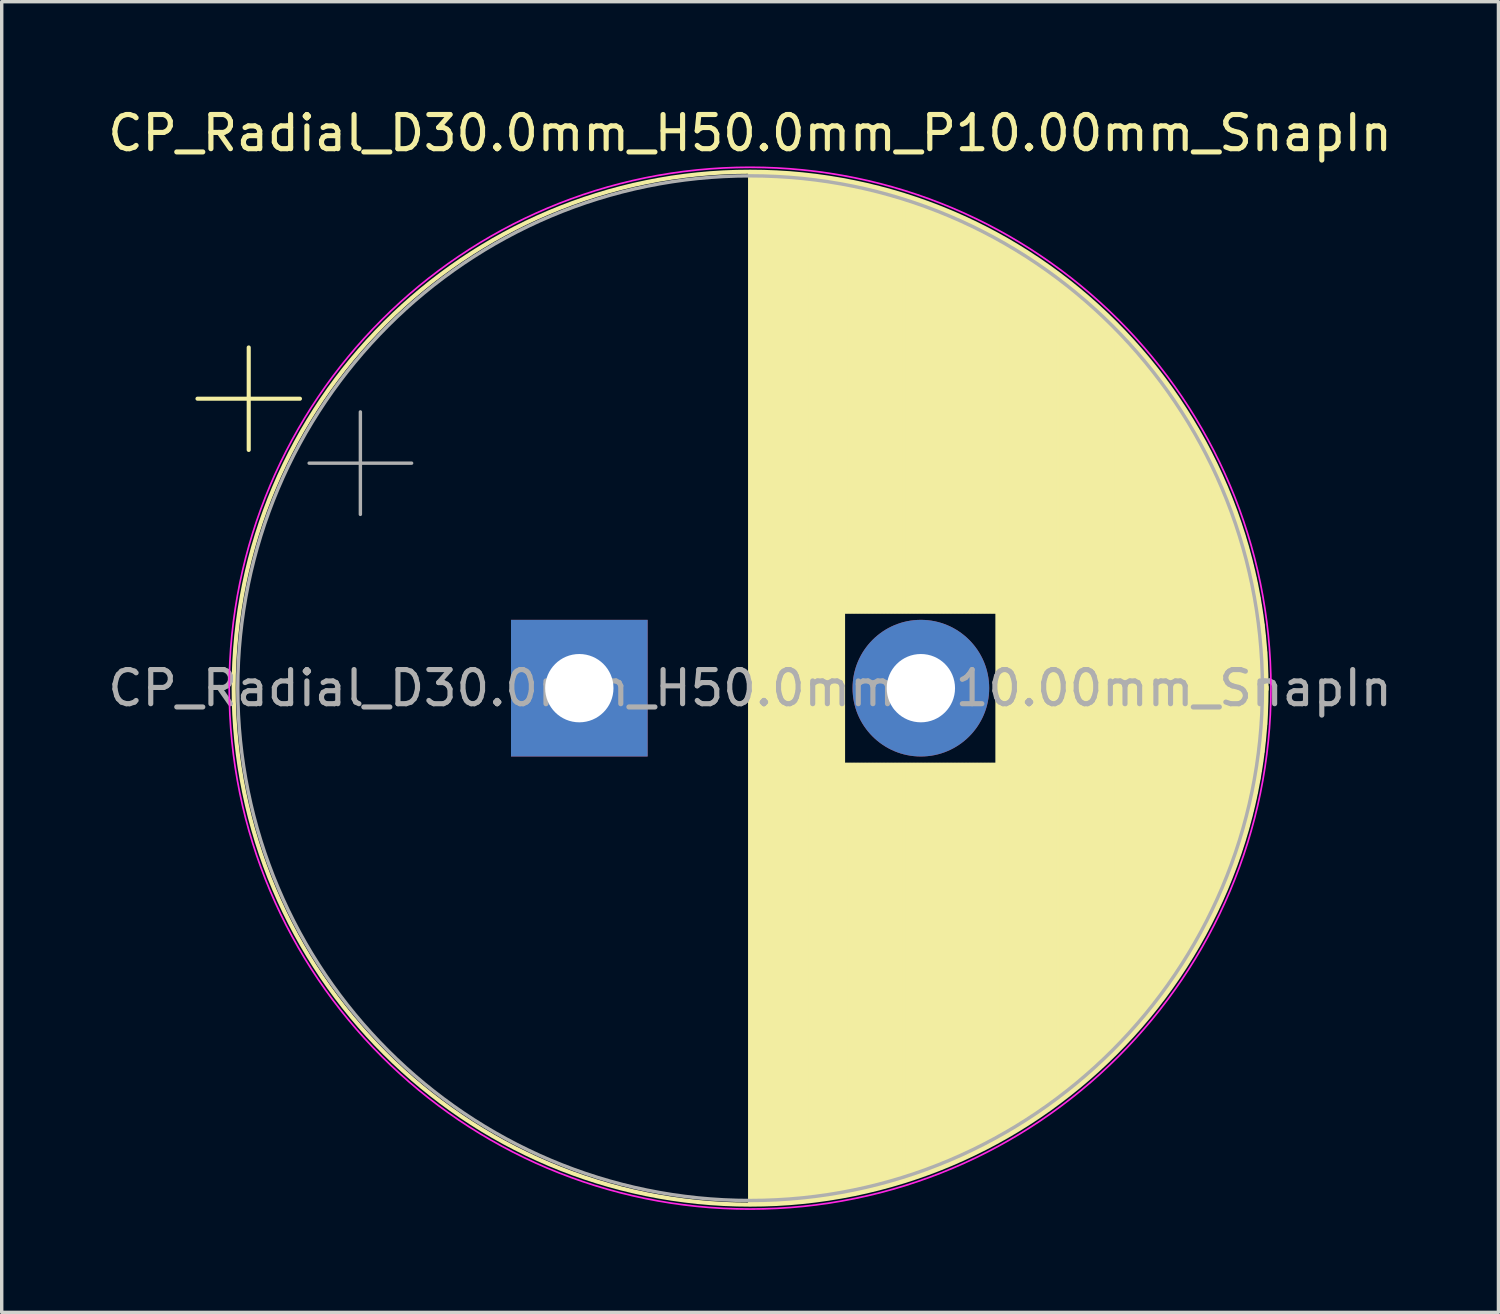
<source format=kicad_pcb>
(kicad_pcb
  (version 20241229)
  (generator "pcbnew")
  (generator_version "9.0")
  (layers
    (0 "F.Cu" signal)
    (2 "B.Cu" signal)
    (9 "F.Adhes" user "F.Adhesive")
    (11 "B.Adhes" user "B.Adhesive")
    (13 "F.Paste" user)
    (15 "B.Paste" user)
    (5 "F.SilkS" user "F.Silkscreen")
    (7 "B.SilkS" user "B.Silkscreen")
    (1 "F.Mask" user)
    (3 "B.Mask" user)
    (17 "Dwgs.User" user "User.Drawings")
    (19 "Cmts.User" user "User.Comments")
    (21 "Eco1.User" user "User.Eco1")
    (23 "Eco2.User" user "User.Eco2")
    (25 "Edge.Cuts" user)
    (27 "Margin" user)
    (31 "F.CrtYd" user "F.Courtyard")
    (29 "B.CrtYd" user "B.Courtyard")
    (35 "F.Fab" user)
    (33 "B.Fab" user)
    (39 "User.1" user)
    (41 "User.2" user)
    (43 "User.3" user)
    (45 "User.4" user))
  (footprint "CP_Radial_D30.0mm_H50.0mm_P10.00mm_SnapIn"
    (layer "F.Cu")
    (at 13.911 17.098)
    (property "Reference" "CP_Radial_D30.0mm_H50.0mm_P10.00mm_SnapIn" (at 5 -16.25 0) (layer "F.SilkS") (effects (font (size 1 1) (thickness 0.15))))
    (attr through_hole)
    (fp_line (start -11.179 -8.475) (end -8.179 -8.475) (stroke (width 0.12) (type solid)) (layer "F.SilkS"))
    (fp_line (start -9.679 -9.975) (end -9.679 -6.975) (stroke (width 0.12) (type solid)) (layer "F.SilkS"))
    (fp_line (start 5 -15.081) (end 5 15.081) (stroke (width 0.12) (type solid)) (layer "F.SilkS"))
    (fp_line (start 5.04 -15.08) (end 5.04 15.08) (stroke (width 0.12) (type solid)) (layer "F.SilkS"))
    (fp_line (start 5.08 -15.08) (end 5.08 15.08) (stroke (width 0.12) (type solid)) (layer "F.SilkS"))
    (fp_line (start 5.12 -15.08) (end 5.12 15.08) (stroke (width 0.12) (type solid)) (layer "F.SilkS"))
    (fp_line (start 5.16 -15.08) (end 5.16 15.08) (stroke (width 0.12) (type solid)) (layer "F.SilkS"))
    (fp_line (start 5.2 -15.079) (end 5.2 15.079) (stroke (width 0.12) (type solid)) (layer "F.SilkS"))
    (fp_line (start 5.24 -15.079) (end 5.24 15.079) (stroke (width 0.12) (type solid)) (layer "F.SilkS"))
    (fp_line (start 5.28 -15.078) (end 5.28 15.078) (stroke (width 0.12) (type solid)) (layer "F.SilkS"))
    (fp_line (start 5.32 -15.077) (end 5.32 15.077) (stroke (width 0.12) (type solid)) (layer "F.SilkS"))
    (fp_line (start 5.36 -15.076) (end 5.36 15.076) (stroke (width 0.12) (type solid)) (layer "F.SilkS"))
    (fp_line (start 5.4 -15.075) (end 5.4 15.075) (stroke (width 0.12) (type solid)) (layer "F.SilkS"))
    (fp_line (start 5.44 -15.074) (end 5.44 15.074) (stroke (width 0.12) (type solid)) (layer "F.SilkS"))
    (fp_line (start 5.48 -15.073) (end 5.48 15.073) (stroke (width 0.12) (type solid)) (layer "F.SilkS"))
    (fp_line (start 5.52 -15.072) (end 5.52 15.072) (stroke (width 0.12) (type solid)) (layer "F.SilkS"))
    (fp_line (start 5.56 -15.07) (end 5.56 15.07) (stroke (width 0.12) (type solid)) (layer "F.SilkS"))
    (fp_line (start 5.6 -15.069) (end 5.6 15.069) (stroke (width 0.12) (type solid)) (layer "F.SilkS"))
    (fp_line (start 5.64 -15.067) (end 5.64 15.067) (stroke (width 0.12) (type solid)) (layer "F.SilkS"))
    (fp_line (start 5.68 -15.065) (end 5.68 15.065) (stroke (width 0.12) (type solid)) (layer "F.SilkS"))
    (fp_line (start 5.721 -15.063) (end 5.721 15.063) (stroke (width 0.12) (type solid)) (layer "F.SilkS"))
    (fp_line (start 5.761 -15.061) (end 5.761 15.061) (stroke (width 0.12) (type solid)) (layer "F.SilkS"))
    (fp_line (start 5.801 -15.059) (end 5.801 15.059) (stroke (width 0.12) (type solid)) (layer "F.SilkS"))
    (fp_line (start 5.841 -15.057) (end 5.841 15.057) (stroke (width 0.12) (type solid)) (layer "F.SilkS"))
    (fp_line (start 5.881 -15.055) (end 5.881 15.055) (stroke (width 0.12) (type solid)) (layer "F.SilkS"))
    (fp_line (start 5.921 -15.052) (end 5.921 15.052) (stroke (width 0.12) (type solid)) (layer "F.SilkS"))
    (fp_line (start 5.961 -15.05) (end 5.961 15.05) (stroke (width 0.12) (type solid)) (layer "F.SilkS"))
    (fp_line (start 6.001 -15.047) (end 6.001 15.047) (stroke (width 0.12) (type solid)) (layer "F.SilkS"))
    (fp_line (start 6.041 -15.045) (end 6.041 15.045) (stroke (width 0.12) (type solid)) (layer "F.SilkS"))
    (fp_line (start 6.081 -15.042) (end 6.081 15.042) (stroke (width 0.12) (type solid)) (layer "F.SilkS"))
    (fp_line (start 6.121 -15.039) (end 6.121 15.039) (stroke (width 0.12) (type solid)) (layer "F.SilkS"))
    (fp_line (start 6.161 -15.036) (end 6.161 15.036) (stroke (width 0.12) (type solid)) (layer "F.SilkS"))
    (fp_line (start 6.201 -15.033) (end 6.201 15.033) (stroke (width 0.12) (type solid)) (layer "F.SilkS"))
    (fp_line (start 6.241 -15.03) (end 6.241 15.03) (stroke (width 0.12) (type solid)) (layer "F.SilkS"))
    (fp_line (start 6.281 -15.026) (end 6.281 15.026) (stroke (width 0.12) (type solid)) (layer "F.SilkS"))
    (fp_line (start 6.321 -15.023) (end 6.321 15.023) (stroke (width 0.12) (type solid)) (layer "F.SilkS"))
    (fp_line (start 6.361 -15.019) (end 6.361 15.019) (stroke (width 0.12) (type solid)) (layer "F.SilkS"))
    (fp_line (start 6.401 -15.016) (end 6.401 15.016) (stroke (width 0.12) (type solid)) (layer "F.SilkS"))
    (fp_line (start 6.441 -15.012) (end 6.441 15.012) (stroke (width 0.12) (type solid)) (layer "F.SilkS"))
    (fp_line (start 6.481 -15.008) (end 6.481 15.008) (stroke (width 0.12) (type solid)) (layer "F.SilkS"))
    (fp_line (start 6.521 -15.004) (end 6.521 15.004) (stroke (width 0.12) (type solid)) (layer "F.SilkS"))
    (fp_line (start 6.561 -15) (end 6.561 15) (stroke (width 0.12) (type solid)) (layer "F.SilkS"))
    (fp_line (start 6.601 -14.996) (end 6.601 14.996) (stroke (width 0.12) (type solid)) (layer "F.SilkS"))
    (fp_line (start 6.641 -14.991) (end 6.641 14.991) (stroke (width 0.12) (type solid)) (layer "F.SilkS"))
    (fp_line (start 6.681 -14.987) (end 6.681 14.987) (stroke (width 0.12) (type solid)) (layer "F.SilkS"))
    (fp_line (start 6.721 -14.982) (end 6.721 14.982) (stroke (width 0.12) (type solid)) (layer "F.SilkS"))
    (fp_line (start 6.761 -14.978) (end 6.761 14.978) (stroke (width 0.12) (type solid)) (layer "F.SilkS"))
    (fp_line (start 6.801 -14.973) (end 6.801 14.973) (stroke (width 0.12) (type solid)) (layer "F.SilkS"))
    (fp_line (start 6.841 -14.968) (end 6.841 14.968) (stroke (width 0.12) (type solid)) (layer "F.SilkS"))
    (fp_line (start 6.881 -14.963) (end 6.881 14.963) (stroke (width 0.12) (type solid)) (layer "F.SilkS"))
    (fp_line (start 6.921 -14.958) (end 6.921 14.958) (stroke (width 0.12) (type solid)) (layer "F.SilkS"))
    (fp_line (start 6.961 -14.953) (end 6.961 14.953) (stroke (width 0.12) (type solid)) (layer "F.SilkS"))
    (fp_line (start 7.001 -14.948) (end 7.001 14.948) (stroke (width 0.12) (type solid)) (layer "F.SilkS"))
    (fp_line (start 7.041 -14.942) (end 7.041 14.942) (stroke (width 0.12) (type solid)) (layer "F.SilkS"))
    (fp_line (start 7.081 -14.937) (end 7.081 14.937) (stroke (width 0.12) (type solid)) (layer "F.SilkS"))
    (fp_line (start 7.121 -14.931) (end 7.121 14.931) (stroke (width 0.12) (type solid)) (layer "F.SilkS"))
    (fp_line (start 7.161 -14.925) (end 7.161 14.925) (stroke (width 0.12) (type solid)) (layer "F.SilkS"))
    (fp_line (start 7.201 -14.92) (end 7.201 14.92) (stroke (width 0.12) (type solid)) (layer "F.SilkS"))
    (fp_line (start 7.241 -14.914) (end 7.241 14.914) (stroke (width 0.12) (type solid)) (layer "F.SilkS"))
    (fp_line (start 7.281 -14.908) (end 7.281 14.908) (stroke (width 0.12) (type solid)) (layer "F.SilkS"))
    (fp_line (start 7.321 -14.901) (end 7.321 14.901) (stroke (width 0.12) (type solid)) (layer "F.SilkS"))
    (fp_line (start 7.361 -14.895) (end 7.361 14.895) (stroke (width 0.12) (type solid)) (layer "F.SilkS"))
    (fp_line (start 7.401 -14.889) (end 7.401 14.889) (stroke (width 0.12) (type solid)) (layer "F.SilkS"))
    (fp_line (start 7.441 -14.882) (end 7.441 14.882) (stroke (width 0.12) (type solid)) (layer "F.SilkS"))
    (fp_line (start 7.481 -14.876) (end 7.481 14.876) (stroke (width 0.12) (type solid)) (layer "F.SilkS"))
    (fp_line (start 7.521 -14.869) (end 7.521 14.869) (stroke (width 0.12) (type solid)) (layer "F.SilkS"))
    (fp_line (start 7.561 -14.862) (end 7.561 14.862) (stroke (width 0.12) (type solid)) (layer "F.SilkS"))
    (fp_line (start 7.601 -14.855) (end 7.601 14.855) (stroke (width 0.12) (type solid)) (layer "F.SilkS"))
    (fp_line (start 7.641 -14.848) (end 7.641 14.848) (stroke (width 0.12) (type solid)) (layer "F.SilkS"))
    (fp_line (start 7.681 -14.841) (end 7.681 14.841) (stroke (width 0.12) (type solid)) (layer "F.SilkS"))
    (fp_line (start 7.721 -14.834) (end 7.721 14.834) (stroke (width 0.12) (type solid)) (layer "F.SilkS"))
    (fp_line (start 7.761 -14.826) (end 7.761 -2.24) (stroke (width 0.12) (type solid)) (layer "F.SilkS"))
    (fp_line (start 7.761 2.24) (end 7.761 14.826) (stroke (width 0.12) (type solid)) (layer "F.SilkS"))
    (fp_line (start 7.801 -14.819) (end 7.801 -2.24) (stroke (width 0.12) (type solid)) (layer "F.SilkS"))
    (fp_line (start 7.801 2.24) (end 7.801 14.819) (stroke (width 0.12) (type solid)) (layer "F.SilkS"))
    (fp_line (start 7.841 -14.811) (end 7.841 -2.24) (stroke (width 0.12) (type solid)) (layer "F.SilkS"))
    (fp_line (start 7.841 2.24) (end 7.841 14.811) (stroke (width 0.12) (type solid)) (layer "F.SilkS"))
    (fp_line (start 7.881 -14.804) (end 7.881 -2.24) (stroke (width 0.12) (type solid)) (layer "F.SilkS"))
    (fp_line (start 7.881 2.24) (end 7.881 14.804) (stroke (width 0.12) (type solid)) (layer "F.SilkS"))
    (fp_line (start 7.921 -14.796) (end 7.921 -2.24) (stroke (width 0.12) (type solid)) (layer "F.SilkS"))
    (fp_line (start 7.921 2.24) (end 7.921 14.796) (stroke (width 0.12) (type solid)) (layer "F.SilkS"))
    (fp_line (start 7.961 -14.788) (end 7.961 -2.24) (stroke (width 0.12) (type solid)) (layer "F.SilkS"))
    (fp_line (start 7.961 2.24) (end 7.961 14.788) (stroke (width 0.12) (type solid)) (layer "F.SilkS"))
    (fp_line (start 8.001 -14.78) (end 8.001 -2.24) (stroke (width 0.12) (type solid)) (layer "F.SilkS"))
    (fp_line (start 8.001 2.24) (end 8.001 14.78) (stroke (width 0.12) (type solid)) (layer "F.SilkS"))
    (fp_line (start 8.041 -14.772) (end 8.041 -2.24) (stroke (width 0.12) (type solid)) (layer "F.SilkS"))
    (fp_line (start 8.041 2.24) (end 8.041 14.772) (stroke (width 0.12) (type solid)) (layer "F.SilkS"))
    (fp_line (start 8.081 -14.763) (end 8.081 -2.24) (stroke (width 0.12) (type solid)) (layer "F.SilkS"))
    (fp_line (start 8.081 2.24) (end 8.081 14.763) (stroke (width 0.12) (type solid)) (layer "F.SilkS"))
    (fp_line (start 8.121 -14.755) (end 8.121 -2.24) (stroke (width 0.12) (type solid)) (layer "F.SilkS"))
    (fp_line (start 8.121 2.24) (end 8.121 14.755) (stroke (width 0.12) (type solid)) (layer "F.SilkS"))
    (fp_line (start 8.161 -14.747) (end 8.161 -2.24) (stroke (width 0.12) (type solid)) (layer "F.SilkS"))
    (fp_line (start 8.161 2.24) (end 8.161 14.747) (stroke (width 0.12) (type solid)) (layer "F.SilkS"))
    (fp_line (start 8.201 -14.738) (end 8.201 -2.24) (stroke (width 0.12) (type solid)) (layer "F.SilkS"))
    (fp_line (start 8.201 2.24) (end 8.201 14.738) (stroke (width 0.12) (type solid)) (layer "F.SilkS"))
    (fp_line (start 8.241 -14.729) (end 8.241 -2.24) (stroke (width 0.12) (type solid)) (layer "F.SilkS"))
    (fp_line (start 8.241 2.24) (end 8.241 14.729) (stroke (width 0.12) (type solid)) (layer "F.SilkS"))
    (fp_line (start 8.281 -14.72) (end 8.281 -2.24) (stroke (width 0.12) (type solid)) (layer "F.SilkS"))
    (fp_line (start 8.281 2.24) (end 8.281 14.72) (stroke (width 0.12) (type solid)) (layer "F.SilkS"))
    (fp_line (start 8.321 -14.711) (end 8.321 -2.24) (stroke (width 0.12) (type solid)) (layer "F.SilkS"))
    (fp_line (start 8.321 2.24) (end 8.321 14.711) (stroke (width 0.12) (type solid)) (layer "F.SilkS"))
    (fp_line (start 8.361 -14.702) (end 8.361 -2.24) (stroke (width 0.12) (type solid)) (layer "F.SilkS"))
    (fp_line (start 8.361 2.24) (end 8.361 14.702) (stroke (width 0.12) (type solid)) (layer "F.SilkS"))
    (fp_line (start 8.401 -14.693) (end 8.401 -2.24) (stroke (width 0.12) (type solid)) (layer "F.SilkS"))
    (fp_line (start 8.401 2.24) (end 8.401 14.693) (stroke (width 0.12) (type solid)) (layer "F.SilkS"))
    (fp_line (start 8.441 -14.684) (end 8.441 -2.24) (stroke (width 0.12) (type solid)) (layer "F.SilkS"))
    (fp_line (start 8.441 2.24) (end 8.441 14.684) (stroke (width 0.12) (type solid)) (layer "F.SilkS"))
    (fp_line (start 8.481 -14.675) (end 8.481 -2.24) (stroke (width 0.12) (type solid)) (layer "F.SilkS"))
    (fp_line (start 8.481 2.24) (end 8.481 14.675) (stroke (width 0.12) (type solid)) (layer "F.SilkS"))
    (fp_line (start 8.521 -14.665) (end 8.521 -2.24) (stroke (width 0.12) (type solid)) (layer "F.SilkS"))
    (fp_line (start 8.521 2.24) (end 8.521 14.665) (stroke (width 0.12) (type solid)) (layer "F.SilkS"))
    (fp_line (start 8.561 -14.655) (end 8.561 -2.24) (stroke (width 0.12) (type solid)) (layer "F.SilkS"))
    (fp_line (start 8.561 2.24) (end 8.561 14.655) (stroke (width 0.12) (type solid)) (layer "F.SilkS"))
    (fp_line (start 8.601 -14.646) (end 8.601 -2.24) (stroke (width 0.12) (type solid)) (layer "F.SilkS"))
    (fp_line (start 8.601 2.24) (end 8.601 14.646) (stroke (width 0.12) (type solid)) (layer "F.SilkS"))
    (fp_line (start 8.641 -14.636) (end 8.641 -2.24) (stroke (width 0.12) (type solid)) (layer "F.SilkS"))
    (fp_line (start 8.641 2.24) (end 8.641 14.636) (stroke (width 0.12) (type solid)) (layer "F.SilkS"))
    (fp_line (start 8.681 -14.626) (end 8.681 -2.24) (stroke (width 0.12) (type solid)) (layer "F.SilkS"))
    (fp_line (start 8.681 2.24) (end 8.681 14.626) (stroke (width 0.12) (type solid)) (layer "F.SilkS"))
    (fp_line (start 8.721 -14.616) (end 8.721 -2.24) (stroke (width 0.12) (type solid)) (layer "F.SilkS"))
    (fp_line (start 8.721 2.24) (end 8.721 14.616) (stroke (width 0.12) (type solid)) (layer "F.SilkS"))
    (fp_line (start 8.761 -14.606) (end 8.761 -2.24) (stroke (width 0.12) (type solid)) (layer "F.SilkS"))
    (fp_line (start 8.761 2.24) (end 8.761 14.606) (stroke (width 0.12) (type solid)) (layer "F.SilkS"))
    (fp_line (start 8.801 -14.595) (end 8.801 -2.24) (stroke (width 0.12) (type solid)) (layer "F.SilkS"))
    (fp_line (start 8.801 2.24) (end 8.801 14.595) (stroke (width 0.12) (type solid)) (layer "F.SilkS"))
    (fp_line (start 8.841 -14.585) (end 8.841 -2.24) (stroke (width 0.12) (type solid)) (layer "F.SilkS"))
    (fp_line (start 8.841 2.24) (end 8.841 14.585) (stroke (width 0.12) (type solid)) (layer "F.SilkS"))
    (fp_line (start 8.881 -14.574) (end 8.881 -2.24) (stroke (width 0.12) (type solid)) (layer "F.SilkS"))
    (fp_line (start 8.881 2.24) (end 8.881 14.574) (stroke (width 0.12) (type solid)) (layer "F.SilkS"))
    (fp_line (start 8.921 -14.564) (end 8.921 -2.24) (stroke (width 0.12) (type solid)) (layer "F.SilkS"))
    (fp_line (start 8.921 2.24) (end 8.921 14.564) (stroke (width 0.12) (type solid)) (layer "F.SilkS"))
    (fp_line (start 8.961 -14.553) (end 8.961 -2.24) (stroke (width 0.12) (type solid)) (layer "F.SilkS"))
    (fp_line (start 8.961 2.24) (end 8.961 14.553) (stroke (width 0.12) (type solid)) (layer "F.SilkS"))
    (fp_line (start 9.001 -14.542) (end 9.001 -2.24) (stroke (width 0.12) (type solid)) (layer "F.SilkS"))
    (fp_line (start 9.001 2.24) (end 9.001 14.542) (stroke (width 0.12) (type solid)) (layer "F.SilkS"))
    (fp_line (start 9.041 -14.531) (end 9.041 -2.24) (stroke (width 0.12) (type solid)) (layer "F.SilkS"))
    (fp_line (start 9.041 2.24) (end 9.041 14.531) (stroke (width 0.12) (type solid)) (layer "F.SilkS"))
    (fp_line (start 9.081 -14.52) (end 9.081 -2.24) (stroke (width 0.12) (type solid)) (layer "F.SilkS"))
    (fp_line (start 9.081 2.24) (end 9.081 14.52) (stroke (width 0.12) (type solid)) (layer "F.SilkS"))
    (fp_line (start 9.121 -14.508) (end 9.121 -2.24) (stroke (width 0.12) (type solid)) (layer "F.SilkS"))
    (fp_line (start 9.121 2.24) (end 9.121 14.508) (stroke (width 0.12) (type solid)) (layer "F.SilkS"))
    (fp_line (start 9.161 -14.497) (end 9.161 -2.24) (stroke (width 0.12) (type solid)) (layer "F.SilkS"))
    (fp_line (start 9.161 2.24) (end 9.161 14.497) (stroke (width 0.12) (type solid)) (layer "F.SilkS"))
    (fp_line (start 9.201 -14.485) (end 9.201 -2.24) (stroke (width 0.12) (type solid)) (layer "F.SilkS"))
    (fp_line (start 9.201 2.24) (end 9.201 14.485) (stroke (width 0.12) (type solid)) (layer "F.SilkS"))
    (fp_line (start 9.241 -14.474) (end 9.241 -2.24) (stroke (width 0.12) (type solid)) (layer "F.SilkS"))
    (fp_line (start 9.241 2.24) (end 9.241 14.474) (stroke (width 0.12) (type solid)) (layer "F.SilkS"))
    (fp_line (start 9.281 -14.462) (end 9.281 -2.24) (stroke (width 0.12) (type solid)) (layer "F.SilkS"))
    (fp_line (start 9.281 2.24) (end 9.281 14.462) (stroke (width 0.12) (type solid)) (layer "F.SilkS"))
    (fp_line (start 9.321 -14.45) (end 9.321 -2.24) (stroke (width 0.12) (type solid)) (layer "F.SilkS"))
    (fp_line (start 9.321 2.24) (end 9.321 14.45) (stroke (width 0.12) (type solid)) (layer "F.SilkS"))
    (fp_line (start 9.361 -14.438) (end 9.361 -2.24) (stroke (width 0.12) (type solid)) (layer "F.SilkS"))
    (fp_line (start 9.361 2.24) (end 9.361 14.438) (stroke (width 0.12) (type solid)) (layer "F.SilkS"))
    (fp_line (start 9.401 -14.426) (end 9.401 -2.24) (stroke (width 0.12) (type solid)) (layer "F.SilkS"))
    (fp_line (start 9.401 2.24) (end 9.401 14.426) (stroke (width 0.12) (type solid)) (layer "F.SilkS"))
    (fp_line (start 9.441 -14.414) (end 9.441 -2.24) (stroke (width 0.12) (type solid)) (layer "F.SilkS"))
    (fp_line (start 9.441 2.24) (end 9.441 14.414) (stroke (width 0.12) (type solid)) (layer "F.SilkS"))
    (fp_line (start 9.481 -14.402) (end 9.481 -2.24) (stroke (width 0.12) (type solid)) (layer "F.SilkS"))
    (fp_line (start 9.481 2.24) (end 9.481 14.402) (stroke (width 0.12) (type solid)) (layer "F.SilkS"))
    (fp_line (start 9.521 -14.389) (end 9.521 -2.24) (stroke (width 0.12) (type solid)) (layer "F.SilkS"))
    (fp_line (start 9.521 2.24) (end 9.521 14.389) (stroke (width 0.12) (type solid)) (layer "F.SilkS"))
    (fp_line (start 9.561 -14.376) (end 9.561 -2.24) (stroke (width 0.12) (type solid)) (layer "F.SilkS"))
    (fp_line (start 9.561 2.24) (end 9.561 14.376) (stroke (width 0.12) (type solid)) (layer "F.SilkS"))
    (fp_line (start 9.601 -14.364) (end 9.601 -2.24) (stroke (width 0.12) (type solid)) (layer "F.SilkS"))
    (fp_line (start 9.601 2.24) (end 9.601 14.364) (stroke (width 0.12) (type solid)) (layer "F.SilkS"))
    (fp_line (start 9.641 -14.351) (end 9.641 -2.24) (stroke (width 0.12) (type solid)) (layer "F.SilkS"))
    (fp_line (start 9.641 2.24) (end 9.641 14.351) (stroke (width 0.12) (type solid)) (layer "F.SilkS"))
    (fp_line (start 9.681 -14.338) (end 9.681 -2.24) (stroke (width 0.12) (type solid)) (layer "F.SilkS"))
    (fp_line (start 9.681 2.24) (end 9.681 14.338) (stroke (width 0.12) (type solid)) (layer "F.SilkS"))
    (fp_line (start 9.721 -14.325) (end 9.721 -2.24) (stroke (width 0.12) (type solid)) (layer "F.SilkS"))
    (fp_line (start 9.721 2.24) (end 9.721 14.325) (stroke (width 0.12) (type solid)) (layer "F.SilkS"))
    (fp_line (start 9.761 -14.312) (end 9.761 -2.24) (stroke (width 0.12) (type solid)) (layer "F.SilkS"))
    (fp_line (start 9.761 2.24) (end 9.761 14.312) (stroke (width 0.12) (type solid)) (layer "F.SilkS"))
    (fp_line (start 9.801 -14.298) (end 9.801 -2.24) (stroke (width 0.12) (type solid)) (layer "F.SilkS"))
    (fp_line (start 9.801 2.24) (end 9.801 14.298) (stroke (width 0.12) (type solid)) (layer "F.SilkS"))
    (fp_line (start 9.841 -14.285) (end 9.841 -2.24) (stroke (width 0.12) (type solid)) (layer "F.SilkS"))
    (fp_line (start 9.841 2.24) (end 9.841 14.285) (stroke (width 0.12) (type solid)) (layer "F.SilkS"))
    (fp_line (start 9.881 -14.271) (end 9.881 -2.24) (stroke (width 0.12) (type solid)) (layer "F.SilkS"))
    (fp_line (start 9.881 2.24) (end 9.881 14.271) (stroke (width 0.12) (type solid)) (layer "F.SilkS"))
    (fp_line (start 9.921 -14.258) (end 9.921 -2.24) (stroke (width 0.12) (type solid)) (layer "F.SilkS"))
    (fp_line (start 9.921 2.24) (end 9.921 14.258) (stroke (width 0.12) (type solid)) (layer "F.SilkS"))
    (fp_line (start 9.961 -14.244) (end 9.961 -2.24) (stroke (width 0.12) (type solid)) (layer "F.SilkS"))
    (fp_line (start 9.961 2.24) (end 9.961 14.244) (stroke (width 0.12) (type solid)) (layer "F.SilkS"))
    (fp_line (start 10.001 -14.23) (end 10.001 -2.24) (stroke (width 0.12) (type solid)) (layer "F.SilkS"))
    (fp_line (start 10.001 2.24) (end 10.001 14.23) (stroke (width 0.12) (type solid)) (layer "F.SilkS"))
    (fp_line (start 10.041 -14.216) (end 10.041 -2.24) (stroke (width 0.12) (type solid)) (layer "F.SilkS"))
    (fp_line (start 10.041 2.24) (end 10.041 14.216) (stroke (width 0.12) (type solid)) (layer "F.SilkS"))
    (fp_line (start 10.081 -14.202) (end 10.081 -2.24) (stroke (width 0.12) (type solid)) (layer "F.SilkS"))
    (fp_line (start 10.081 2.24) (end 10.081 14.202) (stroke (width 0.12) (type solid)) (layer "F.SilkS"))
    (fp_line (start 10.121 -14.187) (end 10.121 -2.24) (stroke (width 0.12) (type solid)) (layer "F.SilkS"))
    (fp_line (start 10.121 2.24) (end 10.121 14.187) (stroke (width 0.12) (type solid)) (layer "F.SilkS"))
    (fp_line (start 10.161 -14.173) (end 10.161 -2.24) (stroke (width 0.12) (type solid)) (layer "F.SilkS"))
    (fp_line (start 10.161 2.24) (end 10.161 14.173) (stroke (width 0.12) (type solid)) (layer "F.SilkS"))
    (fp_line (start 10.201 -14.158) (end 10.201 -2.24) (stroke (width 0.12) (type solid)) (layer "F.SilkS"))
    (fp_line (start 10.201 2.24) (end 10.201 14.158) (stroke (width 0.12) (type solid)) (layer "F.SilkS"))
    (fp_line (start 10.241 -14.143) (end 10.241 -2.24) (stroke (width 0.12) (type solid)) (layer "F.SilkS"))
    (fp_line (start 10.241 2.24) (end 10.241 14.143) (stroke (width 0.12) (type solid)) (layer "F.SilkS"))
    (fp_line (start 10.281 -14.129) (end 10.281 -2.24) (stroke (width 0.12) (type solid)) (layer "F.SilkS"))
    (fp_line (start 10.281 2.24) (end 10.281 14.129) (stroke (width 0.12) (type solid)) (layer "F.SilkS"))
    (fp_line (start 10.321 -14.114) (end 10.321 -2.24) (stroke (width 0.12) (type solid)) (layer "F.SilkS"))
    (fp_line (start 10.321 2.24) (end 10.321 14.114) (stroke (width 0.12) (type solid)) (layer "F.SilkS"))
    (fp_line (start 10.361 -14.099) (end 10.361 -2.24) (stroke (width 0.12) (type solid)) (layer "F.SilkS"))
    (fp_line (start 10.361 2.24) (end 10.361 14.099) (stroke (width 0.12) (type solid)) (layer "F.SilkS"))
    (fp_line (start 10.401 -14.083) (end 10.401 -2.24) (stroke (width 0.12) (type solid)) (layer "F.SilkS"))
    (fp_line (start 10.401 2.24) (end 10.401 14.083) (stroke (width 0.12) (type solid)) (layer "F.SilkS"))
    (fp_line (start 10.441 -14.068) (end 10.441 -2.24) (stroke (width 0.12) (type solid)) (layer "F.SilkS"))
    (fp_line (start 10.441 2.24) (end 10.441 14.068) (stroke (width 0.12) (type solid)) (layer "F.SilkS"))
    (fp_line (start 10.481 -14.052) (end 10.481 -2.24) (stroke (width 0.12) (type solid)) (layer "F.SilkS"))
    (fp_line (start 10.481 2.24) (end 10.481 14.052) (stroke (width 0.12) (type solid)) (layer "F.SilkS"))
    (fp_line (start 10.521 -14.037) (end 10.521 -2.24) (stroke (width 0.12) (type solid)) (layer "F.SilkS"))
    (fp_line (start 10.521 2.24) (end 10.521 14.037) (stroke (width 0.12) (type solid)) (layer "F.SilkS"))
    (fp_line (start 10.561 -14.021) (end 10.561 -2.24) (stroke (width 0.12) (type solid)) (layer "F.SilkS"))
    (fp_line (start 10.561 2.24) (end 10.561 14.021) (stroke (width 0.12) (type solid)) (layer "F.SilkS"))
    (fp_line (start 10.601 -14.005) (end 10.601 -2.24) (stroke (width 0.12) (type solid)) (layer "F.SilkS"))
    (fp_line (start 10.601 2.24) (end 10.601 14.005) (stroke (width 0.12) (type solid)) (layer "F.SilkS"))
    (fp_line (start 10.641 -13.989) (end 10.641 -2.24) (stroke (width 0.12) (type solid)) (layer "F.SilkS"))
    (fp_line (start 10.641 2.24) (end 10.641 13.989) (stroke (width 0.12) (type solid)) (layer "F.SilkS"))
    (fp_line (start 10.681 -13.973) (end 10.681 -2.24) (stroke (width 0.12) (type solid)) (layer "F.SilkS"))
    (fp_line (start 10.681 2.24) (end 10.681 13.973) (stroke (width 0.12) (type solid)) (layer "F.SilkS"))
    (fp_line (start 10.721 -13.957) (end 10.721 -2.24) (stroke (width 0.12) (type solid)) (layer "F.SilkS"))
    (fp_line (start 10.721 2.24) (end 10.721 13.957) (stroke (width 0.12) (type solid)) (layer "F.SilkS"))
    (fp_line (start 10.761 -13.94) (end 10.761 -2.24) (stroke (width 0.12) (type solid)) (layer "F.SilkS"))
    (fp_line (start 10.761 2.24) (end 10.761 13.94) (stroke (width 0.12) (type solid)) (layer "F.SilkS"))
    (fp_line (start 10.801 -13.924) (end 10.801 -2.24) (stroke (width 0.12) (type solid)) (layer "F.SilkS"))
    (fp_line (start 10.801 2.24) (end 10.801 13.924) (stroke (width 0.12) (type solid)) (layer "F.SilkS"))
    (fp_line (start 10.841 -13.907) (end 10.841 -2.24) (stroke (width 0.12) (type solid)) (layer "F.SilkS"))
    (fp_line (start 10.841 2.24) (end 10.841 13.907) (stroke (width 0.12) (type solid)) (layer "F.SilkS"))
    (fp_line (start 10.881 -13.89) (end 10.881 -2.24) (stroke (width 0.12) (type solid)) (layer "F.SilkS"))
    (fp_line (start 10.881 2.24) (end 10.881 13.89) (stroke (width 0.12) (type solid)) (layer "F.SilkS"))
    (fp_line (start 10.921 -13.873) (end 10.921 -2.24) (stroke (width 0.12) (type solid)) (layer "F.SilkS"))
    (fp_line (start 10.921 2.24) (end 10.921 13.873) (stroke (width 0.12) (type solid)) (layer "F.SilkS"))
    (fp_line (start 10.961 -13.856) (end 10.961 -2.24) (stroke (width 0.12) (type solid)) (layer "F.SilkS"))
    (fp_line (start 10.961 2.24) (end 10.961 13.856) (stroke (width 0.12) (type solid)) (layer "F.SilkS"))
    (fp_line (start 11.001 -13.839) (end 11.001 -2.24) (stroke (width 0.12) (type solid)) (layer "F.SilkS"))
    (fp_line (start 11.001 2.24) (end 11.001 13.839) (stroke (width 0.12) (type solid)) (layer "F.SilkS"))
    (fp_line (start 11.041 -13.822) (end 11.041 -2.24) (stroke (width 0.12) (type solid)) (layer "F.SilkS"))
    (fp_line (start 11.041 2.24) (end 11.041 13.822) (stroke (width 0.12) (type solid)) (layer "F.SilkS"))
    (fp_line (start 11.081 -13.804) (end 11.081 -2.24) (stroke (width 0.12) (type solid)) (layer "F.SilkS"))
    (fp_line (start 11.081 2.24) (end 11.081 13.804) (stroke (width 0.12) (type solid)) (layer "F.SilkS"))
    (fp_line (start 11.121 -13.787) (end 11.121 -2.24) (stroke (width 0.12) (type solid)) (layer "F.SilkS"))
    (fp_line (start 11.121 2.24) (end 11.121 13.787) (stroke (width 0.12) (type solid)) (layer "F.SilkS"))
    (fp_line (start 11.161 -13.769) (end 11.161 -2.24) (stroke (width 0.12) (type solid)) (layer "F.SilkS"))
    (fp_line (start 11.161 2.24) (end 11.161 13.769) (stroke (width 0.12) (type solid)) (layer "F.SilkS"))
    (fp_line (start 11.201 -13.751) (end 11.201 -2.24) (stroke (width 0.12) (type solid)) (layer "F.SilkS"))
    (fp_line (start 11.201 2.24) (end 11.201 13.751) (stroke (width 0.12) (type solid)) (layer "F.SilkS"))
    (fp_line (start 11.241 -13.733) (end 11.241 -2.24) (stroke (width 0.12) (type solid)) (layer "F.SilkS"))
    (fp_line (start 11.241 2.24) (end 11.241 13.733) (stroke (width 0.12) (type solid)) (layer "F.SilkS"))
    (fp_line (start 11.281 -13.715) (end 11.281 -2.24) (stroke (width 0.12) (type solid)) (layer "F.SilkS"))
    (fp_line (start 11.281 2.24) (end 11.281 13.715) (stroke (width 0.12) (type solid)) (layer "F.SilkS"))
    (fp_line (start 11.321 -13.696) (end 11.321 -2.24) (stroke (width 0.12) (type solid)) (layer "F.SilkS"))
    (fp_line (start 11.321 2.24) (end 11.321 13.696) (stroke (width 0.12) (type solid)) (layer "F.SilkS"))
    (fp_line (start 11.361 -13.678) (end 11.361 -2.24) (stroke (width 0.12) (type solid)) (layer "F.SilkS"))
    (fp_line (start 11.361 2.24) (end 11.361 13.678) (stroke (width 0.12) (type solid)) (layer "F.SilkS"))
    (fp_line (start 11.401 -13.659) (end 11.401 -2.24) (stroke (width 0.12) (type solid)) (layer "F.SilkS"))
    (fp_line (start 11.401 2.24) (end 11.401 13.659) (stroke (width 0.12) (type solid)) (layer "F.SilkS"))
    (fp_line (start 11.441 -13.64) (end 11.441 -2.24) (stroke (width 0.12) (type solid)) (layer "F.SilkS"))
    (fp_line (start 11.441 2.24) (end 11.441 13.64) (stroke (width 0.12) (type solid)) (layer "F.SilkS"))
    (fp_line (start 11.481 -13.622) (end 11.481 -2.24) (stroke (width 0.12) (type solid)) (layer "F.SilkS"))
    (fp_line (start 11.481 2.24) (end 11.481 13.622) (stroke (width 0.12) (type solid)) (layer "F.SilkS"))
    (fp_line (start 11.521 -13.602) (end 11.521 -2.24) (stroke (width 0.12) (type solid)) (layer "F.SilkS"))
    (fp_line (start 11.521 2.24) (end 11.521 13.602) (stroke (width 0.12) (type solid)) (layer "F.SilkS"))
    (fp_line (start 11.561 -13.583) (end 11.561 -2.24) (stroke (width 0.12) (type solid)) (layer "F.SilkS"))
    (fp_line (start 11.561 2.24) (end 11.561 13.583) (stroke (width 0.12) (type solid)) (layer "F.SilkS"))
    (fp_line (start 11.601 -13.564) (end 11.601 -2.24) (stroke (width 0.12) (type solid)) (layer "F.SilkS"))
    (fp_line (start 11.601 2.24) (end 11.601 13.564) (stroke (width 0.12) (type solid)) (layer "F.SilkS"))
    (fp_line (start 11.641 -13.544) (end 11.641 -2.24) (stroke (width 0.12) (type solid)) (layer "F.SilkS"))
    (fp_line (start 11.641 2.24) (end 11.641 13.544) (stroke (width 0.12) (type solid)) (layer "F.SilkS"))
    (fp_line (start 11.681 -13.525) (end 11.681 -2.24) (stroke (width 0.12) (type solid)) (layer "F.SilkS"))
    (fp_line (start 11.681 2.24) (end 11.681 13.525) (stroke (width 0.12) (type solid)) (layer "F.SilkS"))
    (fp_line (start 11.721 -13.505) (end 11.721 -2.24) (stroke (width 0.12) (type solid)) (layer "F.SilkS"))
    (fp_line (start 11.721 2.24) (end 11.721 13.505) (stroke (width 0.12) (type solid)) (layer "F.SilkS"))
    (fp_line (start 11.761 -13.485) (end 11.761 -2.24) (stroke (width 0.12) (type solid)) (layer "F.SilkS"))
    (fp_line (start 11.761 2.24) (end 11.761 13.485) (stroke (width 0.12) (type solid)) (layer "F.SilkS"))
    (fp_line (start 11.801 -13.465) (end 11.801 -2.24) (stroke (width 0.12) (type solid)) (layer "F.SilkS"))
    (fp_line (start 11.801 2.24) (end 11.801 13.465) (stroke (width 0.12) (type solid)) (layer "F.SilkS"))
    (fp_line (start 11.841 -13.445) (end 11.841 -2.24) (stroke (width 0.12) (type solid)) (layer "F.SilkS"))
    (fp_line (start 11.841 2.24) (end 11.841 13.445) (stroke (width 0.12) (type solid)) (layer "F.SilkS"))
    (fp_line (start 11.881 -13.425) (end 11.881 -2.24) (stroke (width 0.12) (type solid)) (layer "F.SilkS"))
    (fp_line (start 11.881 2.24) (end 11.881 13.425) (stroke (width 0.12) (type solid)) (layer "F.SilkS"))
    (fp_line (start 11.921 -13.404) (end 11.921 -2.24) (stroke (width 0.12) (type solid)) (layer "F.SilkS"))
    (fp_line (start 11.921 2.24) (end 11.921 13.404) (stroke (width 0.12) (type solid)) (layer "F.SilkS"))
    (fp_line (start 11.961 -13.383) (end 11.961 -2.24) (stroke (width 0.12) (type solid)) (layer "F.SilkS"))
    (fp_line (start 11.961 2.24) (end 11.961 13.383) (stroke (width 0.12) (type solid)) (layer "F.SilkS"))
    (fp_line (start 12.001 -13.363) (end 12.001 -2.24) (stroke (width 0.12) (type solid)) (layer "F.SilkS"))
    (fp_line (start 12.001 2.24) (end 12.001 13.363) (stroke (width 0.12) (type solid)) (layer "F.SilkS"))
    (fp_line (start 12.041 -13.342) (end 12.041 -2.24) (stroke (width 0.12) (type solid)) (layer "F.SilkS"))
    (fp_line (start 12.041 2.24) (end 12.041 13.342) (stroke (width 0.12) (type solid)) (layer "F.SilkS"))
    (fp_line (start 12.081 -13.32) (end 12.081 -2.24) (stroke (width 0.12) (type solid)) (layer "F.SilkS"))
    (fp_line (start 12.081 2.24) (end 12.081 13.32) (stroke (width 0.12) (type solid)) (layer "F.SilkS"))
    (fp_line (start 12.121 -13.299) (end 12.121 -2.24) (stroke (width 0.12) (type solid)) (layer "F.SilkS"))
    (fp_line (start 12.121 2.24) (end 12.121 13.299) (stroke (width 0.12) (type solid)) (layer "F.SilkS"))
    (fp_line (start 12.161 -13.278) (end 12.161 -2.24) (stroke (width 0.12) (type solid)) (layer "F.SilkS"))
    (fp_line (start 12.161 2.24) (end 12.161 13.278) (stroke (width 0.12) (type solid)) (layer "F.SilkS"))
    (fp_line (start 12.201 -13.256) (end 12.201 -2.24) (stroke (width 0.12) (type solid)) (layer "F.SilkS"))
    (fp_line (start 12.201 2.24) (end 12.201 13.256) (stroke (width 0.12) (type solid)) (layer "F.SilkS"))
    (fp_line (start 12.241 -13.234) (end 12.241 13.234) (stroke (width 0.12) (type solid)) (layer "F.SilkS"))
    (fp_line (start 12.281 -13.213) (end 12.281 13.213) (stroke (width 0.12) (type solid)) (layer "F.SilkS"))
    (fp_line (start 12.321 -13.19) (end 12.321 13.19) (stroke (width 0.12) (type solid)) (layer "F.SilkS"))
    (fp_line (start 12.361 -13.168) (end 12.361 13.168) (stroke (width 0.12) (type solid)) (layer "F.SilkS"))
    (fp_line (start 12.401 -13.146) (end 12.401 13.146) (stroke (width 0.12) (type solid)) (layer "F.SilkS"))
    (fp_line (start 12.441 -13.123) (end 12.441 13.123) (stroke (width 0.12) (type solid)) (layer "F.SilkS"))
    (fp_line (start 12.481 -13.101) (end 12.481 13.101) (stroke (width 0.12) (type solid)) (layer "F.SilkS"))
    (fp_line (start 12.521 -13.078) (end 12.521 13.078) (stroke (width 0.12) (type solid)) (layer "F.SilkS"))
    (fp_line (start 12.561 -13.055) (end 12.561 13.055) (stroke (width 0.12) (type solid)) (layer "F.SilkS"))
    (fp_line (start 12.601 -13.032) (end 12.601 13.032) (stroke (width 0.12) (type solid)) (layer "F.SilkS"))
    (fp_line (start 12.641 -13.008) (end 12.641 13.008) (stroke (width 0.12) (type solid)) (layer "F.SilkS"))
    (fp_line (start 12.681 -12.985) (end 12.681 12.985) (stroke (width 0.12) (type solid)) (layer "F.SilkS"))
    (fp_line (start 12.721 -12.961) (end 12.721 12.961) (stroke (width 0.12) (type solid)) (layer "F.SilkS"))
    (fp_line (start 12.761 -12.937) (end 12.761 12.937) (stroke (width 0.12) (type solid)) (layer "F.SilkS"))
    (fp_line (start 12.801 -12.913) (end 12.801 12.913) (stroke (width 0.12) (type solid)) (layer "F.SilkS"))
    (fp_line (start 12.841 -12.889) (end 12.841 12.889) (stroke (width 0.12) (type solid)) (layer "F.SilkS"))
    (fp_line (start 12.881 -12.865) (end 12.881 12.865) (stroke (width 0.12) (type solid)) (layer "F.SilkS"))
    (fp_line (start 12.921 -12.84) (end 12.921 12.84) (stroke (width 0.12) (type solid)) (layer "F.SilkS"))
    (fp_line (start 12.961 -12.816) (end 12.961 12.816) (stroke (width 0.12) (type solid)) (layer "F.SilkS"))
    (fp_line (start 13.001 -12.791) (end 13.001 12.791) (stroke (width 0.12) (type solid)) (layer "F.SilkS"))
    (fp_line (start 13.041 -12.766) (end 13.041 12.766) (stroke (width 0.12) (type solid)) (layer "F.SilkS"))
    (fp_line (start 13.081 -12.74) (end 13.081 12.74) (stroke (width 0.12) (type solid)) (layer "F.SilkS"))
    (fp_line (start 13.121 -12.715) (end 13.121 12.715) (stroke (width 0.12) (type solid)) (layer "F.SilkS"))
    (fp_line (start 13.161 -12.69) (end 13.161 12.69) (stroke (width 0.12) (type solid)) (layer "F.SilkS"))
    (fp_line (start 13.2 -12.664) (end 13.2 12.664) (stroke (width 0.12) (type solid)) (layer "F.SilkS"))
    (fp_line (start 13.24 -12.638) (end 13.24 12.638) (stroke (width 0.12) (type solid)) (layer "F.SilkS"))
    (fp_line (start 13.28 -12.612) (end 13.28 12.612) (stroke (width 0.12) (type solid)) (layer "F.SilkS"))
    (fp_line (start 13.32 -12.586) (end 13.32 12.586) (stroke (width 0.12) (type solid)) (layer "F.SilkS"))
    (fp_line (start 13.36 -12.559) (end 13.36 12.559) (stroke (width 0.12) (type solid)) (layer "F.SilkS"))
    (fp_line (start 13.4 -12.532) (end 13.4 12.532) (stroke (width 0.12) (type solid)) (layer "F.SilkS"))
    (fp_line (start 13.44 -12.506) (end 13.44 12.506) (stroke (width 0.12) (type solid)) (layer "F.SilkS"))
    (fp_line (start 13.48 -12.479) (end 13.48 12.479) (stroke (width 0.12) (type solid)) (layer "F.SilkS"))
    (fp_line (start 13.52 -12.451) (end 13.52 12.451) (stroke (width 0.12) (type solid)) (layer "F.SilkS"))
    (fp_line (start 13.56 -12.424) (end 13.56 12.424) (stroke (width 0.12) (type solid)) (layer "F.SilkS"))
    (fp_line (start 13.6 -12.397) (end 13.6 12.397) (stroke (width 0.12) (type solid)) (layer "F.SilkS"))
    (fp_line (start 13.64 -12.369) (end 13.64 12.369) (stroke (width 0.12) (type solid)) (layer "F.SilkS"))
    (fp_line (start 13.68 -12.341) (end 13.68 12.341) (stroke (width 0.12) (type solid)) (layer "F.SilkS"))
    (fp_line (start 13.72 -12.313) (end 13.72 12.313) (stroke (width 0.12) (type solid)) (layer "F.SilkS"))
    (fp_line (start 13.76 -12.284) (end 13.76 12.284) (stroke (width 0.12) (type solid)) (layer "F.SilkS"))
    (fp_line (start 13.8 -12.256) (end 13.8 12.256) (stroke (width 0.12) (type solid)) (layer "F.SilkS"))
    (fp_line (start 13.84 -12.227) (end 13.84 12.227) (stroke (width 0.12) (type solid)) (layer "F.SilkS"))
    (fp_line (start 13.88 -12.198) (end 13.88 12.198) (stroke (width 0.12) (type solid)) (layer "F.SilkS"))
    (fp_line (start 13.92 -12.169) (end 13.92 12.169) (stroke (width 0.12) (type solid)) (layer "F.SilkS"))
    (fp_line (start 13.96 -12.14) (end 13.96 12.14) (stroke (width 0.12) (type solid)) (layer "F.SilkS"))
    (fp_line (start 14 -12.11) (end 14 12.11) (stroke (width 0.12) (type solid)) (layer "F.SilkS"))
    (fp_line (start 14.04 -12.08) (end 14.04 12.08) (stroke (width 0.12) (type solid)) (layer "F.SilkS"))
    (fp_line (start 14.08 -12.05) (end 14.08 12.05) (stroke (width 0.12) (type solid)) (layer "F.SilkS"))
    (fp_line (start 14.12 -12.02) (end 14.12 12.02) (stroke (width 0.12) (type solid)) (layer "F.SilkS"))
    (fp_line (start 14.16 -11.99) (end 14.16 11.99) (stroke (width 0.12) (type solid)) (layer "F.SilkS"))
    (fp_line (start 14.2 -11.959) (end 14.2 11.959) (stroke (width 0.12) (type solid)) (layer "F.SilkS"))
    (fp_line (start 14.24 -11.929) (end 14.24 11.929) (stroke (width 0.12) (type solid)) (layer "F.SilkS"))
    (fp_line (start 14.28 -11.898) (end 14.28 11.898) (stroke (width 0.12) (type solid)) (layer "F.SilkS"))
    (fp_line (start 14.32 -11.866) (end 14.32 11.866) (stroke (width 0.12) (type solid)) (layer "F.SilkS"))
    (fp_line (start 14.36 -11.835) (end 14.36 11.835) (stroke (width 0.12) (type solid)) (layer "F.SilkS"))
    (fp_line (start 14.4 -11.803) (end 14.4 11.803) (stroke (width 0.12) (type solid)) (layer "F.SilkS"))
    (fp_line (start 14.44 -11.772) (end 14.44 11.772) (stroke (width 0.12) (type solid)) (layer "F.SilkS"))
    (fp_line (start 14.48 -11.739) (end 14.48 11.739) (stroke (width 0.12) (type solid)) (layer "F.SilkS"))
    (fp_line (start 14.52 -11.707) (end 14.52 11.707) (stroke (width 0.12) (type solid)) (layer "F.SilkS"))
    (fp_line (start 14.56 -11.675) (end 14.56 11.675) (stroke (width 0.12) (type solid)) (layer "F.SilkS"))
    (fp_line (start 14.6 -11.642) (end 14.6 11.642) (stroke (width 0.12) (type solid)) (layer "F.SilkS"))
    (fp_line (start 14.64 -11.609) (end 14.64 11.609) (stroke (width 0.12) (type solid)) (layer "F.SilkS"))
    (fp_line (start 14.68 -11.576) (end 14.68 11.576) (stroke (width 0.12) (type solid)) (layer "F.SilkS"))
    (fp_line (start 14.72 -11.542) (end 14.72 11.542) (stroke (width 0.12) (type solid)) (layer "F.SilkS"))
    (fp_line (start 14.76 -11.509) (end 14.76 11.509) (stroke (width 0.12) (type solid)) (layer "F.SilkS"))
    (fp_line (start 14.8 -11.475) (end 14.8 11.475) (stroke (width 0.12) (type solid)) (layer "F.SilkS"))
    (fp_line (start 14.84 -11.44) (end 14.84 11.44) (stroke (width 0.12) (type solid)) (layer "F.SilkS"))
    (fp_line (start 14.88 -11.406) (end 14.88 11.406) (stroke (width 0.12) (type solid)) (layer "F.SilkS"))
    (fp_line (start 14.92 -11.371) (end 14.92 11.371) (stroke (width 0.12) (type solid)) (layer "F.SilkS"))
    (fp_line (start 14.96 -11.336) (end 14.96 11.336) (stroke (width 0.12) (type solid)) (layer "F.SilkS"))
    (fp_line (start 15 -11.301) (end 15 11.301) (stroke (width 0.12) (type solid)) (layer "F.SilkS"))
    (fp_line (start 15.04 -11.266) (end 15.04 11.266) (stroke (width 0.12) (type solid)) (layer "F.SilkS"))
    (fp_line (start 15.08 -11.23) (end 15.08 11.23) (stroke (width 0.12) (type solid)) (layer "F.SilkS"))
    (fp_line (start 15.12 -11.194) (end 15.12 11.194) (stroke (width 0.12) (type solid)) (layer "F.SilkS"))
    (fp_line (start 15.16 -11.158) (end 15.16 11.158) (stroke (width 0.12) (type solid)) (layer "F.SilkS"))
    (fp_line (start 15.2 -11.122) (end 15.2 11.122) (stroke (width 0.12) (type solid)) (layer "F.SilkS"))
    (fp_line (start 15.24 -11.085) (end 15.24 11.085) (stroke (width 0.12) (type solid)) (layer "F.SilkS"))
    (fp_line (start 15.28 -11.048) (end 15.28 11.048) (stroke (width 0.12) (type solid)) (layer "F.SilkS"))
    (fp_line (start 15.32 -11.011) (end 15.32 11.011) (stroke (width 0.12) (type solid)) (layer "F.SilkS"))
    (fp_line (start 15.36 -10.973) (end 15.36 10.973) (stroke (width 0.12) (type solid)) (layer "F.SilkS"))
    (fp_line (start 15.4 -10.936) (end 15.4 10.936) (stroke (width 0.12) (type solid)) (layer "F.SilkS"))
    (fp_line (start 15.44 -10.898) (end 15.44 10.898) (stroke (width 0.12) (type solid)) (layer "F.SilkS"))
    (fp_line (start 15.48 -10.859) (end 15.48 10.859) (stroke (width 0.12) (type solid)) (layer "F.SilkS"))
    (fp_line (start 15.52 -10.821) (end 15.52 10.821) (stroke (width 0.12) (type solid)) (layer "F.SilkS"))
    (fp_line (start 15.56 -10.782) (end 15.56 10.782) (stroke (width 0.12) (type solid)) (layer "F.SilkS"))
    (fp_line (start 15.6 -10.743) (end 15.6 10.743) (stroke (width 0.12) (type solid)) (layer "F.SilkS"))
    (fp_line (start 15.64 -10.703) (end 15.64 10.703) (stroke (width 0.12) (type solid)) (layer "F.SilkS"))
    (fp_line (start 15.68 -10.663) (end 15.68 10.663) (stroke (width 0.12) (type solid)) (layer "F.SilkS"))
    (fp_line (start 15.72 -10.623) (end 15.72 10.623) (stroke (width 0.12) (type solid)) (layer "F.SilkS"))
    (fp_line (start 15.76 -10.583) (end 15.76 10.583) (stroke (width 0.12) (type solid)) (layer "F.SilkS"))
    (fp_line (start 15.8 -10.542) (end 15.8 10.542) (stroke (width 0.12) (type solid)) (layer "F.SilkS"))
    (fp_line (start 15.84 -10.501) (end 15.84 10.501) (stroke (width 0.12) (type solid)) (layer "F.SilkS"))
    (fp_line (start 15.88 -10.46) (end 15.88 10.46) (stroke (width 0.12) (type solid)) (layer "F.SilkS"))
    (fp_line (start 15.92 -10.418) (end 15.92 10.418) (stroke (width 0.12) (type solid)) (layer "F.SilkS"))
    (fp_line (start 15.96 -10.376) (end 15.96 10.376) (stroke (width 0.12) (type solid)) (layer "F.SilkS"))
    (fp_line (start 16 -10.334) (end 16 10.334) (stroke (width 0.12) (type solid)) (layer "F.SilkS"))
    (fp_line (start 16.04 -10.292) (end 16.04 10.292) (stroke (width 0.12) (type solid)) (layer "F.SilkS"))
    (fp_line (start 16.08 -10.249) (end 16.08 10.249) (stroke (width 0.12) (type solid)) (layer "F.SilkS"))
    (fp_line (start 16.12 -10.205) (end 16.12 10.205) (stroke (width 0.12) (type solid)) (layer "F.SilkS"))
    (fp_line (start 16.16 -10.162) (end 16.16 10.162) (stroke (width 0.12) (type solid)) (layer "F.SilkS"))
    (fp_line (start 16.2 -10.118) (end 16.2 10.118) (stroke (width 0.12) (type solid)) (layer "F.SilkS"))
    (fp_line (start 16.24 -10.074) (end 16.24 10.074) (stroke (width 0.12) (type solid)) (layer "F.SilkS"))
    (fp_line (start 16.28 -10.029) (end 16.28 10.029) (stroke (width 0.12) (type solid)) (layer "F.SilkS"))
    (fp_line (start 16.32 -9.984) (end 16.32 9.984) (stroke (width 0.12) (type solid)) (layer "F.SilkS"))
    (fp_line (start 16.36 -9.939) (end 16.36 9.939) (stroke (width 0.12) (type solid)) (layer "F.SilkS"))
    (fp_line (start 16.4 -9.893) (end 16.4 9.893) (stroke (width 0.12) (type solid)) (layer "F.SilkS"))
    (fp_line (start 16.44 -9.847) (end 16.44 9.847) (stroke (width 0.12) (type solid)) (layer "F.SilkS"))
    (fp_line (start 16.48 -9.8) (end 16.48 9.8) (stroke (width 0.12) (type solid)) (layer "F.SilkS"))
    (fp_line (start 16.52 -9.754) (end 16.52 9.754) (stroke (width 0.12) (type solid)) (layer "F.SilkS"))
    (fp_line (start 16.56 -9.706) (end 16.56 9.706) (stroke (width 0.12) (type solid)) (layer "F.SilkS"))
    (fp_line (start 16.6 -9.659) (end 16.6 9.659) (stroke (width 0.12) (type solid)) (layer "F.SilkS"))
    (fp_line (start 16.64 -9.611) (end 16.64 9.611) (stroke (width 0.12) (type solid)) (layer "F.SilkS"))
    (fp_line (start 16.68 -9.562) (end 16.68 9.562) (stroke (width 0.12) (type solid)) (layer "F.SilkS"))
    (fp_line (start 16.72 -9.513) (end 16.72 9.513) (stroke (width 0.12) (type solid)) (layer "F.SilkS"))
    (fp_line (start 16.76 -9.464) (end 16.76 9.464) (stroke (width 0.12) (type solid)) (layer "F.SilkS"))
    (fp_line (start 16.8 -9.414) (end 16.8 9.414) (stroke (width 0.12) (type solid)) (layer "F.SilkS"))
    (fp_line (start 16.84 -9.364) (end 16.84 9.364) (stroke (width 0.12) (type solid)) (layer "F.SilkS"))
    (fp_line (start 16.88 -9.314) (end 16.88 9.314) (stroke (width 0.12) (type solid)) (layer "F.SilkS"))
    (fp_line (start 16.92 -9.263) (end 16.92 9.263) (stroke (width 0.12) (type solid)) (layer "F.SilkS"))
    (fp_line (start 16.96 -9.211) (end 16.96 9.211) (stroke (width 0.12) (type solid)) (layer "F.SilkS"))
    (fp_line (start 17 -9.159) (end 17 9.159) (stroke (width 0.12) (type solid)) (layer "F.SilkS"))
    (fp_line (start 17.04 -9.107) (end 17.04 9.107) (stroke (width 0.12) (type solid)) (layer "F.SilkS"))
    (fp_line (start 17.08 -9.054) (end 17.08 9.054) (stroke (width 0.12) (type solid)) (layer "F.SilkS"))
    (fp_line (start 17.12 -9) (end 17.12 9) (stroke (width 0.12) (type solid)) (layer "F.SilkS"))
    (fp_line (start 17.16 -8.947) (end 17.16 8.947) (stroke (width 0.12) (type solid)) (layer "F.SilkS"))
    (fp_line (start 17.2 -8.892) (end 17.2 8.892) (stroke (width 0.12) (type solid)) (layer "F.SilkS"))
    (fp_line (start 17.24 -8.837) (end 17.24 8.837) (stroke (width 0.12) (type solid)) (layer "F.SilkS"))
    (fp_line (start 17.28 -8.782) (end 17.28 8.782) (stroke (width 0.12) (type solid)) (layer "F.SilkS"))
    (fp_line (start 17.32 -8.726) (end 17.32 8.726) (stroke (width 0.12) (type solid)) (layer "F.SilkS"))
    (fp_line (start 17.36 -8.669) (end 17.36 8.669) (stroke (width 0.12) (type solid)) (layer "F.SilkS"))
    (fp_line (start 17.4 -8.612) (end 17.4 8.612) (stroke (width 0.12) (type solid)) (layer "F.SilkS"))
    (fp_line (start 17.44 -8.555) (end 17.44 8.555) (stroke (width 0.12) (type solid)) (layer "F.SilkS"))
    (fp_line (start 17.48 -8.497) (end 17.48 8.497) (stroke (width 0.12) (type solid)) (layer "F.SilkS"))
    (fp_line (start 17.52 -8.438) (end 17.52 8.438) (stroke (width 0.12) (type solid)) (layer "F.SilkS"))
    (fp_line (start 17.56 -8.378) (end 17.56 8.378) (stroke (width 0.12) (type solid)) (layer "F.SilkS"))
    (fp_line (start 17.6 -8.318) (end 17.6 8.318) (stroke (width 0.12) (type solid)) (layer "F.SilkS"))
    (fp_line (start 17.64 -8.258) (end 17.64 8.258) (stroke (width 0.12) (type solid)) (layer "F.SilkS"))
    (fp_line (start 17.68 -8.197) (end 17.68 8.197) (stroke (width 0.12) (type solid)) (layer "F.SilkS"))
    (fp_line (start 17.72 -8.135) (end 17.72 8.135) (stroke (width 0.12) (type solid)) (layer "F.SilkS"))
    (fp_line (start 17.76 -8.072) (end 17.76 8.072) (stroke (width 0.12) (type solid)) (layer "F.SilkS"))
    (fp_line (start 17.8 -8.009) (end 17.8 8.009) (stroke (width 0.12) (type solid)) (layer "F.SilkS"))
    (fp_line (start 17.84 -7.945) (end 17.84 7.945) (stroke (width 0.12) (type solid)) (layer "F.SilkS"))
    (fp_line (start 17.88 -7.88) (end 17.88 7.88) (stroke (width 0.12) (type solid)) (layer "F.SilkS"))
    (fp_line (start 17.92 -7.815) (end 17.92 7.815) (stroke (width 0.12) (type solid)) (layer "F.SilkS"))
    (fp_line (start 17.96 -7.748) (end 17.96 7.748) (stroke (width 0.12) (type solid)) (layer "F.SilkS"))
    (fp_line (start 18 -7.682) (end 18 7.682) (stroke (width 0.12) (type solid)) (layer "F.SilkS"))
    (fp_line (start 18.04 -7.614) (end 18.04 7.614) (stroke (width 0.12) (type solid)) (layer "F.SilkS"))
    (fp_line (start 18.08 -7.545) (end 18.08 7.545) (stroke (width 0.12) (type solid)) (layer "F.SilkS"))
    (fp_line (start 18.12 -7.476) (end 18.12 7.476) (stroke (width 0.12) (type solid)) (layer "F.SilkS"))
    (fp_line (start 18.16 -7.406) (end 18.16 7.406) (stroke (width 0.12) (type solid)) (layer "F.SilkS"))
    (fp_line (start 18.2 -7.334) (end 18.2 7.334) (stroke (width 0.12) (type solid)) (layer "F.SilkS"))
    (fp_line (start 18.24 -7.262) (end 18.24 7.262) (stroke (width 0.12) (type solid)) (layer "F.SilkS"))
    (fp_line (start 18.28 -7.189) (end 18.28 7.189) (stroke (width 0.12) (type solid)) (layer "F.SilkS"))
    (fp_line (start 18.32 -7.115) (end 18.32 7.115) (stroke (width 0.12) (type solid)) (layer "F.SilkS"))
    (fp_line (start 18.36 -7.04) (end 18.36 7.04) (stroke (width 0.12) (type solid)) (layer "F.SilkS"))
    (fp_line (start 18.4 -6.964) (end 18.4 6.964) (stroke (width 0.12) (type solid)) (layer "F.SilkS"))
    (fp_line (start 18.44 -6.887) (end 18.44 6.887) (stroke (width 0.12) (type solid)) (layer "F.SilkS"))
    (fp_line (start 18.48 -6.809) (end 18.48 6.809) (stroke (width 0.12) (type solid)) (layer "F.SilkS"))
    (fp_line (start 18.52 -6.73) (end 18.52 6.73) (stroke (width 0.12) (type solid)) (layer "F.SilkS"))
    (fp_line (start 18.56 -6.649) (end 18.56 6.649) (stroke (width 0.12) (type solid)) (layer "F.SilkS"))
    (fp_line (start 18.6 -6.568) (end 18.6 6.568) (stroke (width 0.12) (type solid)) (layer "F.SilkS"))
    (fp_line (start 18.64 -6.485) (end 18.64 6.485) (stroke (width 0.12) (type solid)) (layer "F.SilkS"))
    (fp_line (start 18.68 -6.4) (end 18.68 6.4) (stroke (width 0.12) (type solid)) (layer "F.SilkS"))
    (fp_line (start 18.72 -6.315) (end 18.72 6.315) (stroke (width 0.12) (type solid)) (layer "F.SilkS"))
    (fp_line (start 18.76 -6.228) (end 18.76 6.228) (stroke (width 0.12) (type solid)) (layer "F.SilkS"))
    (fp_line (start 18.8 -6.139) (end 18.8 6.139) (stroke (width 0.12) (type solid)) (layer "F.SilkS"))
    (fp_line (start 18.84 -6.049) (end 18.84 6.049) (stroke (width 0.12) (type solid)) (layer "F.SilkS"))
    (fp_line (start 18.88 -5.957) (end 18.88 5.957) (stroke (width 0.12) (type solid)) (layer "F.SilkS"))
    (fp_line (start 18.92 -5.864) (end 18.92 5.864) (stroke (width 0.12) (type solid)) (layer "F.SilkS"))
    (fp_line (start 18.96 -5.768) (end 18.96 5.768) (stroke (width 0.12) (type solid)) (layer "F.SilkS"))
    (fp_line (start 19 -5.671) (end 19 5.671) (stroke (width 0.12) (type solid)) (layer "F.SilkS"))
    (fp_line (start 19.04 -5.572) (end 19.04 5.572) (stroke (width 0.12) (type solid)) (layer "F.SilkS"))
    (fp_line (start 19.08 -5.471) (end 19.08 5.471) (stroke (width 0.12) (type solid)) (layer "F.SilkS"))
    (fp_line (start 19.12 -5.368) (end 19.12 5.368) (stroke (width 0.12) (type solid)) (layer "F.SilkS"))
    (fp_line (start 19.16 -5.262) (end 19.16 5.262) (stroke (width 0.12) (type solid)) (layer "F.SilkS"))
    (fp_line (start 19.2 -5.154) (end 19.2 5.154) (stroke (width 0.12) (type solid)) (layer "F.SilkS"))
    (fp_line (start 19.24 -5.043) (end 19.24 5.043) (stroke (width 0.12) (type solid)) (layer "F.SilkS"))
    (fp_line (start 19.28 -4.93) (end 19.28 4.93) (stroke (width 0.12) (type solid)) (layer "F.SilkS"))
    (fp_line (start 19.32 -4.814) (end 19.32 4.814) (stroke (width 0.12) (type solid)) (layer "F.SilkS"))
    (fp_line (start 19.36 -4.694) (end 19.36 4.694) (stroke (width 0.12) (type solid)) (layer "F.SilkS"))
    (fp_line (start 19.4 -4.571) (end 19.4 4.571) (stroke (width 0.12) (type solid)) (layer "F.SilkS"))
    (fp_line (start 19.44 -4.444) (end 19.44 4.444) (stroke (width 0.12) (type solid)) (layer "F.SilkS"))
    (fp_line (start 19.48 -4.313) (end 19.48 4.313) (stroke (width 0.12) (type solid)) (layer "F.SilkS"))
    (fp_line (start 19.52 -4.178) (end 19.52 4.178) (stroke (width 0.12) (type solid)) (layer "F.SilkS"))
    (fp_line (start 19.56 -4.037) (end 19.56 4.037) (stroke (width 0.12) (type solid)) (layer "F.SilkS"))
    (fp_line (start 19.6 -3.892) (end 19.6 3.892) (stroke (width 0.12) (type solid)) (layer "F.SilkS"))
    (fp_line (start 19.64 -3.74) (end 19.64 3.74) (stroke (width 0.12) (type solid)) (layer "F.SilkS"))
    (fp_line (start 19.68 -3.582) (end 19.68 3.582) (stroke (width 0.12) (type solid)) (layer "F.SilkS"))
    (fp_line (start 19.72 -3.415) (end 19.72 3.415) (stroke (width 0.12) (type solid)) (layer "F.SilkS"))
    (fp_line (start 19.76 -3.24) (end 19.76 3.24) (stroke (width 0.12) (type solid)) (layer "F.SilkS"))
    (fp_line (start 19.8 -3.055) (end 19.8 3.055) (stroke (width 0.12) (type solid)) (layer "F.SilkS"))
    (fp_line (start 19.84 -2.857) (end 19.84 2.857) (stroke (width 0.12) (type solid)) (layer "F.SilkS"))
    (fp_line (start 19.88 -2.644) (end 19.88 2.644) (stroke (width 0.12) (type solid)) (layer "F.SilkS"))
    (fp_line (start 19.92 -2.412) (end 19.92 2.412) (stroke (width 0.12) (type solid)) (layer "F.SilkS"))
    (fp_line (start 19.96 -2.154) (end 19.96 2.154) (stroke (width 0.12) (type solid)) (layer "F.SilkS"))
    (fp_line (start 20 -1.862) (end 20 1.862) (stroke (width 0.12) (type solid)) (layer "F.SilkS"))
    (fp_line (start 20.04 -1.514) (end 20.04 1.514) (stroke (width 0.12) (type solid)) (layer "F.SilkS"))
    (fp_line (start 20.08 -1.06) (end 20.08 1.06) (stroke (width 0.12) (type solid)) (layer "F.SilkS"))
    (fp_line (start 20.12 -0.04) (end 20.12 0.04) (stroke (width 0.12) (type solid)) (layer "F.SilkS"))
    (fp_circle (center 5 0) (end 20.12 0) (stroke (width 0.12) (type solid)) (fill no) (layer "F.SilkS"))
    (fp_circle (center 5 0) (end 20.25 0) (stroke (width 0.05) (type solid)) (fill no) (layer "F.CrtYd"))
    (fp_line (start -7.91 -6.588) (end -4.91 -6.588) (stroke (width 0.1) (type solid)) (layer "F.Fab"))
    (fp_line (start -6.41 -8.088) (end -6.41 -5.088) (stroke (width 0.1) (type solid)) (layer "F.Fab"))
    (fp_circle (center 5 0) (end 20 0) (stroke (width 0.1) (type solid)) (fill no) (layer "F.Fab"))
    (fp_text user "${REFERENCE}" (at 5 0 0) (layer "F.Fab") (effects (font (size 1 1) (thickness 0.15))))
    (pad "1" thru_hole rect (at 0 0) (size 4 4) (drill 2) (layers "*.Cu" "*.Mask"))
    (pad "2" thru_hole circle (at 10 0) (size 4 4) (drill 2) (layers "*.Cu" "*.Mask")))
  (gr_rect
    (start -3 -3)
    (end 40.821 35.373)
    (stroke (width 0.1) (type default))
    (fill no)
    (layer "Edge.Cuts")))
</source>
